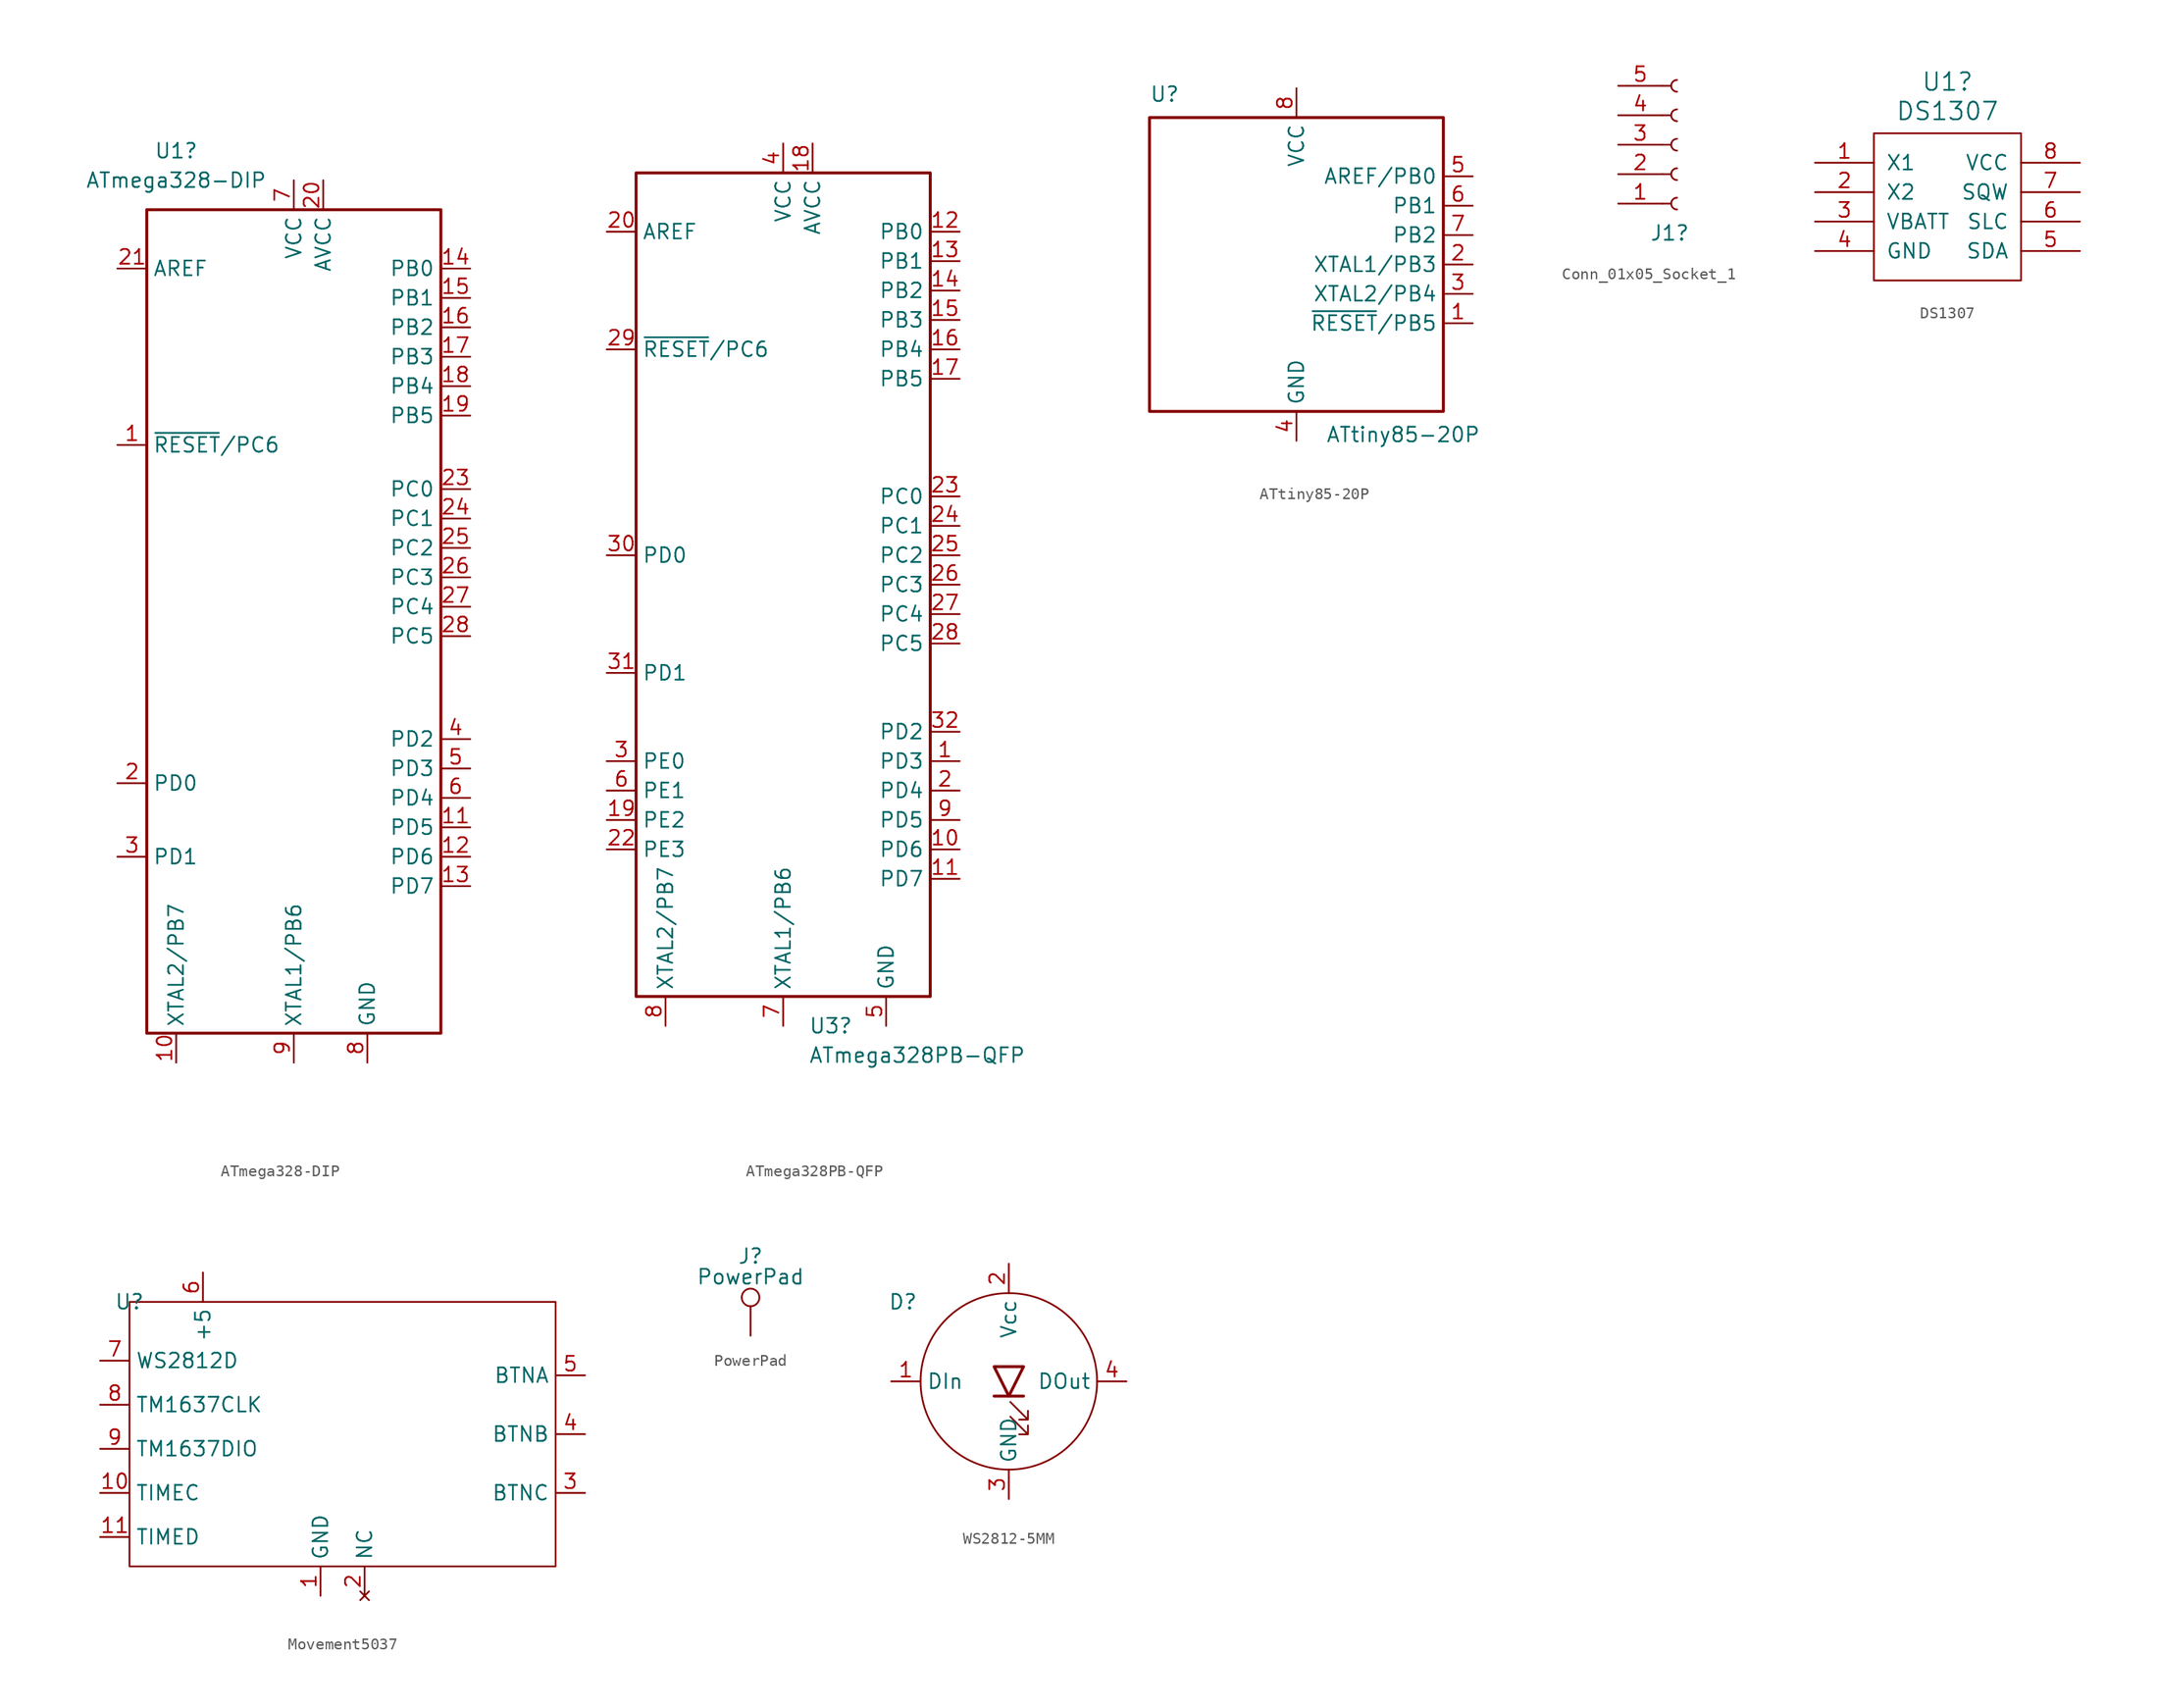
<source format=kicad_sym>
(kicad_symbol_lib
  (version 20220914)
  (generator kicad_symbol_editor)
  (symbol "ATmega328-DIP"
    (property "Reference" "U1"
      (at -10.16 40.64 0)
      (effects (font (size 1.27 1.27))))
    (property "Value" "ATmega328-DIP"
      (at -10.16 38.1 0)
      (effects (font (size 1.27 1.27))))
    (symbol "ATmega328-DIP_1_1"
      (rectangle (start -12.7 35.56) (end 12.7 -35.56) (stroke (width 0.254) (type default)) (fill (type none)))
      (pin bidirectional line (at -15.24 15.24 0) (length 2.54) (name "~{RESET}/PC6" (effects (font (size 1.27 1.27)))) (number "1" (effects (font (size 1.27 1.27)))))
      (pin bidirectional line (at -10.16 -38.1 90) (length 2.54) (name "XTAL2/PB7" (effects (font (size 1.27 1.27)))) (number "10" (effects (font (size 1.27 1.27)))))
      (pin bidirectional line (at 15.24 -17.78 180) (length 2.54) (name "PD5" (effects (font (size 1.27 1.27)))) (number "11" (effects (font (size 1.27 1.27)))))
      (pin bidirectional line (at 15.24 -20.32 180) (length 2.54) (name "PD6" (effects (font (size 1.27 1.27)))) (number "12" (effects (font (size 1.27 1.27)))))
      (pin bidirectional line (at 15.24 -22.86 180) (length 2.54) (name "PD7" (effects (font (size 1.27 1.27)))) (number "13" (effects (font (size 1.27 1.27)))))
      (pin bidirectional line (at 15.24 30.48 180) (length 2.54) (name "PB0" (effects (font (size 1.27 1.27)))) (number "14" (effects (font (size 1.27 1.27)))))
      (pin bidirectional line (at 15.24 27.94 180) (length 2.54) (name "PB1" (effects (font (size 1.27 1.27)))) (number "15" (effects (font (size 1.27 1.27)))))
      (pin bidirectional line (at 15.24 25.4 180) (length 2.54) (name "PB2" (effects (font (size 1.27 1.27)))) (number "16" (effects (font (size 1.27 1.27)))))
      (pin bidirectional line (at 15.24 22.86 180) (length 2.54) (name "PB3" (effects (font (size 1.27 1.27)))) (number "17" (effects (font (size 1.27 1.27)))))
      (pin bidirectional line (at 15.24 20.32 180) (length 2.54) (name "PB4" (effects (font (size 1.27 1.27)))) (number "18" (effects (font (size 1.27 1.27)))))
      (pin bidirectional line (at 15.24 17.78 180) (length 2.54) (name "PB5" (effects (font (size 1.27 1.27)))) (number "19" (effects (font (size 1.27 1.27)))))
      (pin bidirectional line (at -15.24 -13.97 0) (length 2.54) (name "PD0" (effects (font (size 1.27 1.27)))) (number "2" (effects (font (size 1.27 1.27)))))
      (pin power_in line (at 2.54 38.1 270) (length 2.54) (name "AVCC" (effects (font (size 1.27 1.27)))) (number "20" (effects (font (size 1.27 1.27)))))
      (pin passive line (at -15.24 30.48 0) (length 2.54) (name "AREF" (effects (font (size 1.27 1.27)))) (number "21" (effects (font (size 1.27 1.27)))))
      (pin passive line (at 6.35 -38.1 90) (length 2.54) hide (name "GND" (effects (font (size 1.27 1.27)))) (number "22" (effects (font (size 1.27 1.27)))))
      (pin bidirectional line (at 15.24 11.43 180) (length 2.54) (name "PC0" (effects (font (size 1.27 1.27)))) (number "23" (effects (font (size 1.27 1.27)))))
      (pin bidirectional line (at 15.24 8.89 180) (length 2.54) (name "PC1" (effects (font (size 1.27 1.27)))) (number "24" (effects (font (size 1.27 1.27)))))
      (pin bidirectional line (at 15.24 6.35 180) (length 2.54) (name "PC2" (effects (font (size 1.27 1.27)))) (number "25" (effects (font (size 1.27 1.27)))))
      (pin bidirectional line (at 15.24 3.81 180) (length 2.54) (name "PC3" (effects (font (size 1.27 1.27)))) (number "26" (effects (font (size 1.27 1.27)))))
      (pin bidirectional line (at 15.24 1.27 180) (length 2.54) (name "PC4" (effects (font (size 1.27 1.27)))) (number "27" (effects (font (size 1.27 1.27)))))
      (pin bidirectional line (at 15.24 -1.27 180) (length 2.54) (name "PC5" (effects (font (size 1.27 1.27)))) (number "28" (effects (font (size 1.27 1.27)))))
      (pin bidirectional line (at -15.24 -20.32 0) (length 2.54) (name "PD1" (effects (font (size 1.27 1.27)))) (number "3" (effects (font (size 1.27 1.27)))))
      (pin bidirectional line (at 15.24 -10.16 180) (length 2.54) (name "PD2" (effects (font (size 1.27 1.27)))) (number "4" (effects (font (size 1.27 1.27)))))
      (pin bidirectional line (at 15.24 -12.7 180) (length 2.54) (name "PD3" (effects (font (size 1.27 1.27)))) (number "5" (effects (font (size 1.27 1.27)))))
      (pin bidirectional line (at 15.24 -15.24 180) (length 2.54) (name "PD4" (effects (font (size 1.27 1.27)))) (number "6" (effects (font (size 1.27 1.27)))))
      (pin power_in line (at 0 38.1 270) (length 2.54) (name "VCC" (effects (font (size 1.27 1.27)))) (number "7" (effects (font (size 1.27 1.27)))))
      (pin power_in line (at 6.35 -38.1 90) (length 2.54) (name "GND" (effects (font (size 1.27 1.27)))) (number "8" (effects (font (size 1.27 1.27)))))
      (pin bidirectional line (at 0 -38.1 90) (length 2.54) (name "XTAL1/PB6" (effects (font (size 1.27 1.27)))) (number "9" (effects (font (size 1.27 1.27)))))))
  (symbol "ATmega328PB-QFP"
    (property "Reference" "U3"
      (at 2.194 -38.1 0)
      (effects (font (size 1.27 1.27)) (justify left)))
    (property "Value" "ATmega328PB-QFP"
      (at 2.194 -40.64 0)
      (effects (font (size 1.27 1.27)) (justify left)))
    (symbol "ATmega328PB-QFP_1_1"
      (rectangle (start -12.7 35.56) (end 12.7 -35.56) (stroke (width 0.254) (type default)) (fill (type none)))
      (pin bidirectional line (at 15.24 -15.24 180) (length 2.54) (name "PD3" (effects (font (size 1.27 1.27)))) (number "1" (effects (font (size 1.27 1.27)))))
      (pin bidirectional line (at 15.24 -22.86 180) (length 2.54) (name "PD6" (effects (font (size 1.27 1.27)))) (number "10" (effects (font (size 1.27 1.27)))))
      (pin bidirectional line (at 15.24 -25.4 180) (length 2.54) (name "PD7" (effects (font (size 1.27 1.27)))) (number "11" (effects (font (size 1.27 1.27)))))
      (pin bidirectional line (at 15.24 30.48 180) (length 2.54) (name "PB0" (effects (font (size 1.27 1.27)))) (number "12" (effects (font (size 1.27 1.27)))))
      (pin bidirectional line (at 15.24 27.94 180) (length 2.54) (name "PB1" (effects (font (size 1.27 1.27)))) (number "13" (effects (font (size 1.27 1.27)))))
      (pin bidirectional line (at 15.24 25.4 180) (length 2.54) (name "PB2" (effects (font (size 1.27 1.27)))) (number "14" (effects (font (size 1.27 1.27)))))
      (pin bidirectional line (at 15.24 22.86 180) (length 2.54) (name "PB3" (effects (font (size 1.27 1.27)))) (number "15" (effects (font (size 1.27 1.27)))))
      (pin bidirectional line (at 15.24 20.32 180) (length 2.54) (name "PB4" (effects (font (size 1.27 1.27)))) (number "16" (effects (font (size 1.27 1.27)))))
      (pin bidirectional line (at 15.24 17.78 180) (length 2.54) (name "PB5" (effects (font (size 1.27 1.27)))) (number "17" (effects (font (size 1.27 1.27)))))
      (pin power_in line (at 2.54 38.1 270) (length 2.54) (name "AVCC" (effects (font (size 1.27 1.27)))) (number "18" (effects (font (size 1.27 1.27)))))
      (pin bidirectional line (at -15.24 -20.32 0) (length 2.54) (name "PE2" (effects (font (size 1.27 1.27)))) (number "19" (effects (font (size 1.27 1.27)))))
      (pin bidirectional line (at 15.24 -17.78 180) (length 2.54) (name "PD4" (effects (font (size 1.27 1.27)))) (number "2" (effects (font (size 1.27 1.27)))))
      (pin passive line (at -15.24 30.48 0) (length 2.54) (name "AREF" (effects (font (size 1.27 1.27)))) (number "20" (effects (font (size 1.27 1.27)))))
      (pin passive line (at 8.89 -38.1 90) (length 2.54) hide (name "GND" (effects (font (size 1.27 1.27)))) (number "21" (effects (font (size 1.27 1.27)))))
      (pin bidirectional line (at -15.24 -22.86 0) (length 2.54) (name "PE3" (effects (font (size 1.27 1.27)))) (number "22" (effects (font (size 1.27 1.27)))))
      (pin bidirectional line (at 15.24 7.62 180) (length 2.54) (name "PC0" (effects (font (size 1.27 1.27)))) (number "23" (effects (font (size 1.27 1.27)))))
      (pin bidirectional line (at 15.24 5.08 180) (length 2.54) (name "PC1" (effects (font (size 1.27 1.27)))) (number "24" (effects (font (size 1.27 1.27)))))
      (pin bidirectional line (at 15.24 2.54 180) (length 2.54) (name "PC2" (effects (font (size 1.27 1.27)))) (number "25" (effects (font (size 1.27 1.27)))))
      (pin bidirectional line (at 15.24 0 180) (length 2.54) (name "PC3" (effects (font (size 1.27 1.27)))) (number "26" (effects (font (size 1.27 1.27)))))
      (pin bidirectional line (at 15.24 -2.54 180) (length 2.54) (name "PC4" (effects (font (size 1.27 1.27)))) (number "27" (effects (font (size 1.27 1.27)))))
      (pin bidirectional line (at 15.24 -5.08 180) (length 2.54) (name "PC5" (effects (font (size 1.27 1.27)))) (number "28" (effects (font (size 1.27 1.27)))))
      (pin bidirectional line (at -15.24 20.32 0) (length 2.54) (name "~{RESET}/PC6" (effects (font (size 1.27 1.27)))) (number "29" (effects (font (size 1.27 1.27)))))
      (pin bidirectional line (at -15.24 -15.24 0) (length 2.54) (name "PE0" (effects (font (size 1.27 1.27)))) (number "3" (effects (font (size 1.27 1.27)))))
      (pin bidirectional line (at -15.24 2.54 0) (length 2.54) (name "PD0" (effects (font (size 1.27 1.27)))) (number "30" (effects (font (size 1.27 1.27)))))
      (pin bidirectional line (at -15.24 -7.62 0) (length 2.54) (name "PD1" (effects (font (size 1.27 1.27)))) (number "31" (effects (font (size 1.27 1.27)))))
      (pin bidirectional line (at 15.24 -12.7 180) (length 2.54) (name "PD2" (effects (font (size 1.27 1.27)))) (number "32" (effects (font (size 1.27 1.27)))))
      (pin power_in line (at 0 38.1 270) (length 2.54) (name "VCC" (effects (font (size 1.27 1.27)))) (number "4" (effects (font (size 1.27 1.27)))))
      (pin power_in line (at 8.89 -38.1 90) (length 2.54) (name "GND" (effects (font (size 1.27 1.27)))) (number "5" (effects (font (size 1.27 1.27)))))
      (pin bidirectional line (at -15.24 -17.78 0) (length 2.54) (name "PE1" (effects (font (size 1.27 1.27)))) (number "6" (effects (font (size 1.27 1.27)))))
      (pin bidirectional line (at 0 -38.1 90) (length 2.54) (name "XTAL1/PB6" (effects (font (size 1.27 1.27)))) (number "7" (effects (font (size 1.27 1.27)))))
      (pin bidirectional line (at -10.16 -38.1 90) (length 2.54) (name "XTAL2/PB7" (effects (font (size 1.27 1.27)))) (number "8" (effects (font (size 1.27 1.27)))))
      (pin bidirectional line (at 15.24 -20.32 180) (length 2.54) (name "PD5" (effects (font (size 1.27 1.27)))) (number "9" (effects (font (size 1.27 1.27)))))))
  (symbol "ATtiny85-20P"
    (property "Reference" "U"
      (at -12.7 13.97 0)
      (effects (font (size 1.27 1.27)) (justify left bottom)))
    (property "Value" "ATtiny85-20P"
      (at 2.54 -13.97 0)
      (effects (font (size 1.27 1.27)) (justify left top)))
    (symbol "ATtiny85-20P_1_1"
      (rectangle (start -12.7 12.7) (end 12.7 -12.7) (stroke (width 0.254) (type default)) (fill (type none)))
      (pin bidirectional line (at 15.24 -5.08 180) (length 2.54) (name "~{RESET}/PB5" (effects (font (size 1.27 1.27)))) (number "1" (effects (font (size 1.27 1.27)))))
      (pin bidirectional line (at 15.24 0 180) (length 2.54) (name "XTAL1/PB3" (effects (font (size 1.27 1.27)))) (number "2" (effects (font (size 1.27 1.27)))))
      (pin bidirectional line (at 15.24 -2.54 180) (length 2.54) (name "XTAL2/PB4" (effects (font (size 1.27 1.27)))) (number "3" (effects (font (size 1.27 1.27)))))
      (pin power_in line (at 0 -15.24 90) (length 2.54) (name "GND" (effects (font (size 1.27 1.27)))) (number "4" (effects (font (size 1.27 1.27)))))
      (pin bidirectional line (at 15.24 7.62 180) (length 2.54) (name "AREF/PB0" (effects (font (size 1.27 1.27)))) (number "5" (effects (font (size 1.27 1.27)))))
      (pin bidirectional line (at 15.24 5.08 180) (length 2.54) (name "PB1" (effects (font (size 1.27 1.27)))) (number "6" (effects (font (size 1.27 1.27)))))
      (pin bidirectional line (at 15.24 2.54 180) (length 2.54) (name "PB2" (effects (font (size 1.27 1.27)))) (number "7" (effects (font (size 1.27 1.27)))))
      (pin power_in line (at 0 15.24 270) (length 2.54) (name "VCC" (effects (font (size 1.27 1.27)))) (number "8" (effects (font (size 1.27 1.27)))))))
  (symbol "Conn_01x05_Socket_1"
    (pin_names
      (offset 1.016) hide)
    (property "Reference" "J1"
      (at -0.635 -10.16 0)
      (effects (font (size 1.27 1.27))))
    (property "ki_locked" ""
      (at 0 0 0)
      (effects (font (size 1.27 1.27))))
    (symbol "Conn_01x05_Socket_1_1_1"
      (arc (start 0 -7.112) (mid -0.5058 -7.62) (end 0 -8.128) (stroke (width 0.1524) (type default)) (fill (type none)))
      (arc (start 0 -4.572) (mid -0.5058 -5.08) (end 0 -5.588) (stroke (width 0.1524) (type default)) (fill (type none)))
      (arc (start 0 -2.032) (mid -0.5058 -2.54) (end 0 -3.048) (stroke (width 0.1524) (type default)) (fill (type none)))
      (polyline (pts (xy -1.27 -7.62) (xy -0.508 -7.62)) (stroke (width 0.152) (type default)) (fill (type none)))
      (polyline (pts (xy -1.27 -5.08) (xy -0.508 -5.08)) (stroke (width 0.152) (type default)) (fill (type none)))
      (polyline (pts (xy -1.27 -2.54) (xy -0.508 -2.54)) (stroke (width 0.152) (type default)) (fill (type none)))
      (polyline (pts (xy -1.27 0) (xy -0.508 0)) (stroke (width 0.152) (type default)) (fill (type none)))
      (polyline (pts (xy -1.27 2.54) (xy -0.508 2.54)) (stroke (width 0.152) (type default)) (fill (type none)))
      (arc (start 0 0.508) (mid -0.5058 0) (end 0 -0.508) (stroke (width 0.1524) (type default)) (fill (type none)))
      (arc (start 0 3.048) (mid -0.5058 2.54) (end 0 2.032) (stroke (width 0.1524) (type default)) (fill (type none)))
      (pin passive line (at -5.08 -7.62 0) (length 3.81) (name "Pin_1" (effects (font (size 1.27 1.27)))) (number "1" (effects (font (size 1.27 1.27)))))
      (pin passive line (at -5.08 -5.08 0) (length 3.81) (name "Pin_2" (effects (font (size 1.27 1.27)))) (number "2" (effects (font (size 1.27 1.27)))))
      (pin passive line (at -5.08 -2.54 0) (length 3.81) (name "Pin_3" (effects (font (size 1.27 1.27)))) (number "3" (effects (font (size 1.27 1.27)))))
      (pin passive line (at -5.08 0 0) (length 3.81) (name "Pin_4" (effects (font (size 1.27 1.27)))) (number "4" (effects (font (size 1.27 1.27)))))
      (pin passive line (at -5.08 2.54 0) (length 3.81) (name "Pin_5" (effects (font (size 1.27 1.27)))) (number "5" (effects (font (size 1.27 1.27)))))))
  (symbol "DS1307"
    (pin_names
      (offset 1.016))
    (property "Reference" "U1"
      (at 0 10.795 0)
      (effects (font (size 1.524 1.524))))
    (property "Value" "DS1307"
      (at 0 8.255 0)
      (effects (font (size 1.524 1.524))))
    (symbol "DS1307_0_1"
      (polyline (pts (xy -6.35 6.35) (xy -6.35 -6.35) (xy 6.35 -6.35) (xy 6.35 6.35) (xy -6.35 6.35)) (stroke (width 0) (type solid)) (fill (type none))))
    (symbol "DS1307_1_1"
      (pin input line (at -11.43 3.81 0) (length 5.08) (name "X1" (effects (font (size 1.27 1.27)))) (number "1" (effects (font (size 1.27 1.27)))))
      (pin input line (at -11.43 1.27 0) (length 5.08) (name "X2" (effects (font (size 1.27 1.27)))) (number "2" (effects (font (size 1.27 1.27)))))
      (pin input line (at -11.43 -1.27 0) (length 5.08) (name "VBATT" (effects (font (size 1.27 1.27)))) (number "3" (effects (font (size 1.27 1.27)))))
      (pin input line (at -11.43 -3.81 0) (length 5.08) (name "GND" (effects (font (size 1.27 1.27)))) (number "4" (effects (font (size 1.27 1.27)))))
      (pin input line (at 11.43 -3.81 180) (length 5.08) (name "SDA" (effects (font (size 1.27 1.27)))) (number "5" (effects (font (size 1.27 1.27)))))
      (pin input line (at 11.43 -1.27 180) (length 5.08) (name "SLC" (effects (font (size 1.27 1.27)))) (number "6" (effects (font (size 1.27 1.27)))))
      (pin input line (at 11.43 1.27 180) (length 5.08) (name "SQW" (effects (font (size 1.27 1.27)))) (number "7" (effects (font (size 1.27 1.27)))))
      (pin input line (at 11.43 3.81 180) (length 5.08) (name "VCC" (effects (font (size 1.27 1.27)))) (number "8" (effects (font (size 1.27 1.27)))))))
  (symbol "Movement5037"
    (property "Reference" "U"
      (at 0 0 0)
      (effects (font (size 1.27 1.27))))
    (property "Value" ""
      (at 0 0 0)
      (effects (font (size 1.27 1.27))))
    (symbol "Movement5037_0_1"
      (rectangle (start 0 0) (end 36.83 -22.86) (stroke (width 0) (type default)) (fill (type none))))
    (symbol "Movement5037_1_1"
      (pin power_in line (at 16.51 -25.4 90) (length 2.54) (name "GND" (effects (font (size 1.27 1.27)))) (number "1" (effects (font (size 1.27 1.27)))))
      (pin output line (at -2.54 -16.51 0) (length 2.54) (name "TIMEC" (effects (font (size 1.27 1.27)))) (number "10" (effects (font (size 1.27 1.27)))))
      (pin bidirectional line (at -2.54 -20.32 0) (length 2.54) (name "TIMED" (effects (font (size 1.27 1.27)))) (number "11" (effects (font (size 1.27 1.27)))))
      (pin no_connect line (at 20.32 -25.4 90) (length 2.54) (name "NC" (effects (font (size 1.27 1.27)))) (number "2" (effects (font (size 1.27 1.27)))))
      (pin input line (at 39.37 -16.51 180) (length 2.54) (name "BTNC" (effects (font (size 1.27 1.27)))) (number "3" (effects (font (size 1.27 1.27)))))
      (pin input line (at 39.37 -11.43 180) (length 2.54) (name "BTNB" (effects (font (size 1.27 1.27)))) (number "4" (effects (font (size 1.27 1.27)))))
      (pin input line (at 39.37 -6.35 180) (length 2.54) (name "BTNA" (effects (font (size 1.27 1.27)))) (number "5" (effects (font (size 1.27 1.27)))))
      (pin power_out line (at 6.35 2.54 270) (length 2.54) (name "+5" (effects (font (size 1.27 1.27)))) (number "6" (effects (font (size 1.27 1.27)))))
      (pin output line (at -2.54 -5.08 0) (length 2.54) (name "WS2812D" (effects (font (size 1.27 1.27)))) (number "7" (effects (font (size 1.27 1.27)))))
      (pin output line (at -2.54 -8.89 0) (length 2.54) (name "TM1637CLK" (effects (font (size 1.27 1.27)))) (number "8" (effects (font (size 1.27 1.27)))))
      (pin bidirectional line (at -2.54 -12.7 0) (length 2.54) (name "TM1637DIO" (effects (font (size 1.27 1.27)))) (number "9" (effects (font (size 1.27 1.27)))))))
  (symbol "PowerPad"
    (pin_numbers hide)
    (pin_names
      (offset 0.762) hide)
    (property "Reference" "J"
      (at 0 6.858 0)
      (effects (font (size 1.27 1.27))))
    (property "Value" "PowerPad"
      (at 0 5.08 0)
      (effects (font (size 1.27 1.27))))
    (symbol "PowerPad_0_1"
      (circle (center 0 3.302) (radius 0.762) (stroke (width 0) (type default)) (fill (type none))))
    (symbol "PowerPad_1_1"
      (pin passive line (at 0 0 90) (length 2.54) (name "1" (effects (font (size 1.27 1.27)))) (number "1" (effects (font (size 1.27 1.27)))))))
  (symbol "WS2812-5MM"
    (property "Reference" "D"
      (at -9.144 6.858 0)
      (effects (font (size 1.27 1.27))))
    (property "Value" ""
      (at -0.762 -0.254 0)
      (effects (font (size 1.27 1.27))))
    (symbol "WS2812-5MM_0_1"
      (polyline (pts (xy 1.27 -1.27) (xy -1.27 -1.27)) (stroke (width 0.254) (type default)) (fill (type none)))
      (polyline (pts (xy 1.27 1.27) (xy -1.27 1.27) (xy 0 -1.27) (xy 1.27 1.27)) (stroke (width 0.254) (type default)) (fill (type none)))
      (polyline (pts (xy 0.127 -3.048) (xy 1.651 -4.572) (xy 1.651 -3.81) (xy 1.651 -4.572) (xy 0.889 -4.572)) (stroke (width 0) (type default)) (fill (type none)))
      (polyline (pts (xy 0.127 -1.778) (xy 1.651 -3.302) (xy 1.651 -2.54) (xy 1.651 -3.302) (xy 0.889 -3.302)) (stroke (width 0) (type default)) (fill (type none)))
      (circle (center 0 0) (radius 7.62) (stroke (width 0) (type default)) (fill (type none))))
    (symbol "WS2812-5MM_1_1"
      (pin input line (at -10.16 0 0) (length 2.54) (name "DIn" (effects (font (size 1.27 1.27)))) (number "1" (effects (font (size 1.27 1.27)))))
      (pin power_in line (at 0 10.16 270) (length 2.54) (name "Vcc" (effects (font (size 1.27 1.27)))) (number "2" (effects (font (size 1.27 1.27)))))
      (pin power_in line (at 0 -10.16 90) (length 2.54) (name "GND" (effects (font (size 1.27 1.27)))) (number "3" (effects (font (size 1.27 1.27)))))
      (pin output line (at 10.16 0 180) (length 2.54) (name "DOut" (effects (font (size 1.27 1.27)))) (number "4" (effects (font (size 1.27 1.27))))))))
</source>
